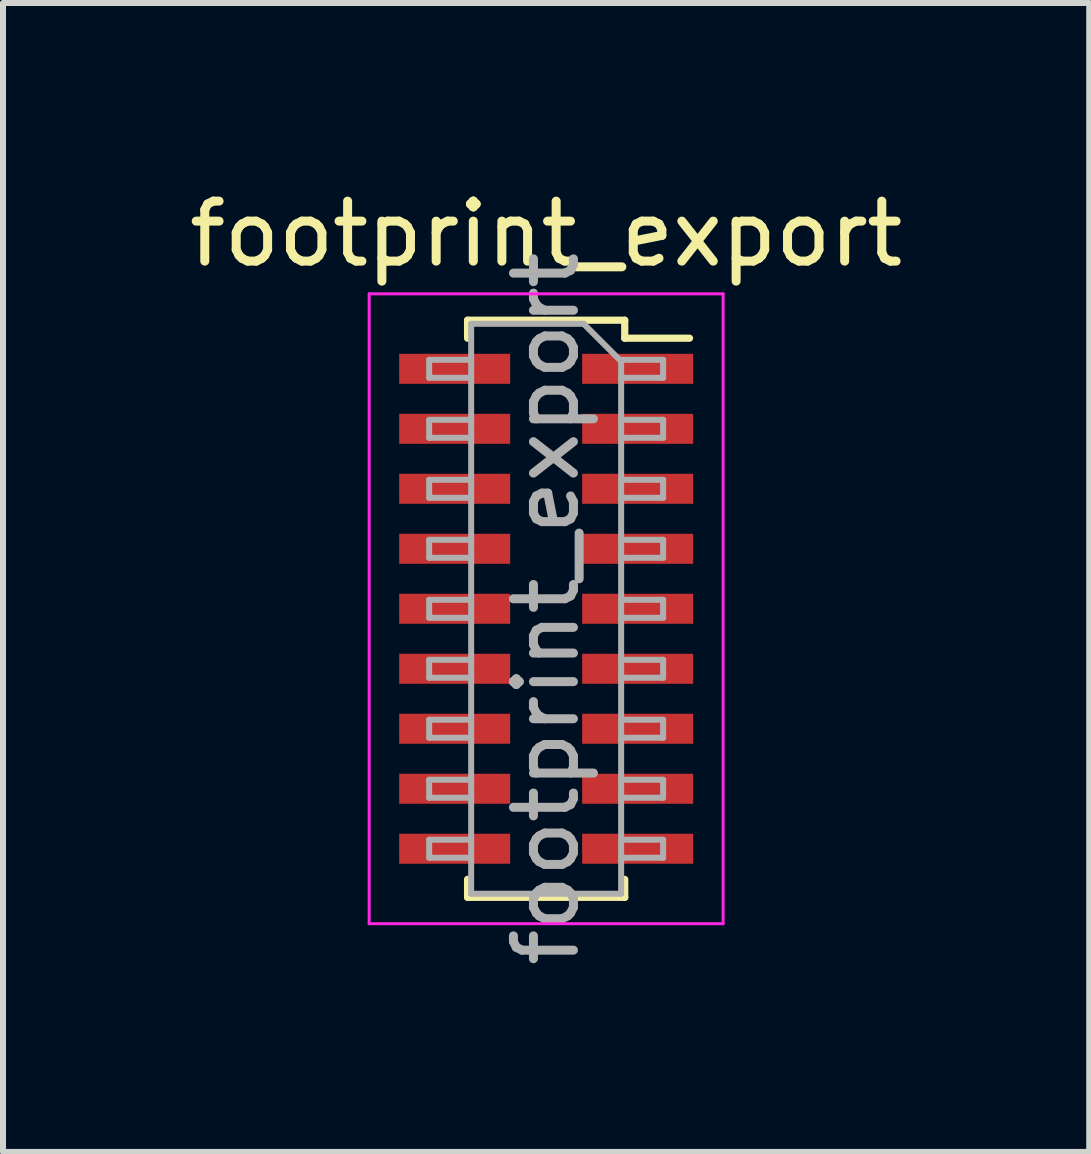
<source format=kicad_pcb>
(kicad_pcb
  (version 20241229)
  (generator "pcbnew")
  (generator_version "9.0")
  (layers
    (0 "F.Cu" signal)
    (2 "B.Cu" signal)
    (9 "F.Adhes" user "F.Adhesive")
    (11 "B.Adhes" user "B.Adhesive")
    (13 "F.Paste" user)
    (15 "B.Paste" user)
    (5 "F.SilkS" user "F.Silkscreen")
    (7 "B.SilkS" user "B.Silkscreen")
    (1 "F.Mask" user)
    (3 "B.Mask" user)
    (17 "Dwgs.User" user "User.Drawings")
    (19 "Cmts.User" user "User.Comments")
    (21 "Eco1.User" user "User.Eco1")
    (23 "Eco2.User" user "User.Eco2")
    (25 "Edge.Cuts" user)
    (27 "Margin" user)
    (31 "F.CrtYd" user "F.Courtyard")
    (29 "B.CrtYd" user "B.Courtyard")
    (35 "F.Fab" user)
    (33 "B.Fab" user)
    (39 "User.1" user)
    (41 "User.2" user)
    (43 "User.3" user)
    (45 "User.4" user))
  (footprint "footprint_export"
    (layer "F.Cu")
    (at 6.054 7.098)
    (property "Reference" "footprint_export" (at 0 -6.25 0) (layer "F.SilkS") (effects (font (size 1 1) (thickness 0.15))))
    (attr smd)
    (fp_line (start -1.31 -4.81) (end -1.31 -4.51) (stroke (width 0.12) (type solid)) (layer "F.SilkS"))
    (fp_line (start -1.31 -4.81) (end 1.31 -4.81) (stroke (width 0.12) (type solid)) (layer "F.SilkS"))
    (fp_line (start -1.31 4.51) (end -1.31 4.81) (stroke (width 0.12) (type solid)) (layer "F.SilkS"))
    (fp_line (start -1.31 4.81) (end 1.31 4.81) (stroke (width 0.12) (type solid)) (layer "F.SilkS"))
    (fp_line (start 1.31 -4.81) (end 1.31 -4.51) (stroke (width 0.12) (type solid)) (layer "F.SilkS"))
    (fp_line (start 1.31 -4.51) (end 2.39 -4.51) (stroke (width 0.12) (type solid)) (layer "F.SilkS"))
    (fp_line (start 1.31 4.51) (end 1.31 4.81) (stroke (width 0.12) (type solid)) (layer "F.SilkS"))
    (fp_line (start -2.95 -5.25) (end 2.95 -5.25) (stroke (width 0.05) (type solid)) (layer "F.CrtYd"))
    (fp_line (start -2.95 5.25) (end -2.95 -5.25) (stroke (width 0.05) (type solid)) (layer "F.CrtYd"))
    (fp_line (start 2.95 -5.25) (end 2.95 5.25) (stroke (width 0.05) (type solid)) (layer "F.CrtYd"))
    (fp_line (start 2.95 5.25) (end -2.95 5.25) (stroke (width 0.05) (type solid)) (layer "F.CrtYd"))
    (fp_line (start -1.95 -4.15) (end -1.25 -4.15) (stroke (width 0.1) (type solid)) (layer "F.Fab"))
    (fp_line (start -1.95 -3.85) (end -1.95 -4.15) (stroke (width 0.1) (type solid)) (layer "F.Fab"))
    (fp_line (start -1.95 -3.15) (end -1.25 -3.15) (stroke (width 0.1) (type solid)) (layer "F.Fab"))
    (fp_line (start -1.95 -2.85) (end -1.95 -3.15) (stroke (width 0.1) (type solid)) (layer "F.Fab"))
    (fp_line (start -1.95 -2.15) (end -1.25 -2.15) (stroke (width 0.1) (type solid)) (layer "F.Fab"))
    (fp_line (start -1.95 -1.85) (end -1.95 -2.15) (stroke (width 0.1) (type solid)) (layer "F.Fab"))
    (fp_line (start -1.95 -1.15) (end -1.25 -1.15) (stroke (width 0.1) (type solid)) (layer "F.Fab"))
    (fp_line (start -1.95 -0.85) (end -1.95 -1.15) (stroke (width 0.1) (type solid)) (layer "F.Fab"))
    (fp_line (start -1.95 -0.15) (end -1.25 -0.15) (stroke (width 0.1) (type solid)) (layer "F.Fab"))
    (fp_line (start -1.95 0.15) (end -1.95 -0.15) (stroke (width 0.1) (type solid)) (layer "F.Fab"))
    (fp_line (start -1.95 0.85) (end -1.25 0.85) (stroke (width 0.1) (type solid)) (layer "F.Fab"))
    (fp_line (start -1.95 1.15) (end -1.95 0.85) (stroke (width 0.1) (type solid)) (layer "F.Fab"))
    (fp_line (start -1.95 1.85) (end -1.25 1.85) (stroke (width 0.1) (type solid)) (layer "F.Fab"))
    (fp_line (start -1.95 2.15) (end -1.95 1.85) (stroke (width 0.1) (type solid)) (layer "F.Fab"))
    (fp_line (start -1.95 2.85) (end -1.25 2.85) (stroke (width 0.1) (type solid)) (layer "F.Fab"))
    (fp_line (start -1.95 3.15) (end -1.95 2.85) (stroke (width 0.1) (type solid)) (layer "F.Fab"))
    (fp_line (start -1.95 3.85) (end -1.25 3.85) (stroke (width 0.1) (type solid)) (layer "F.Fab"))
    (fp_line (start -1.95 4.15) (end -1.95 3.85) (stroke (width 0.1) (type solid)) (layer "F.Fab"))
    (fp_line (start -1.25 -4.75) (end 0.625 -4.75) (stroke (width 0.1) (type solid)) (layer "F.Fab"))
    (fp_line (start -1.25 -3.85) (end -1.95 -3.85) (stroke (width 0.1) (type solid)) (layer "F.Fab"))
    (fp_line (start -1.25 -2.85) (end -1.95 -2.85) (stroke (width 0.1) (type solid)) (layer "F.Fab"))
    (fp_line (start -1.25 -1.85) (end -1.95 -1.85) (stroke (width 0.1) (type solid)) (layer "F.Fab"))
    (fp_line (start -1.25 -0.85) (end -1.95 -0.85) (stroke (width 0.1) (type solid)) (layer "F.Fab"))
    (fp_line (start -1.25 0.15) (end -1.95 0.15) (stroke (width 0.1) (type solid)) (layer "F.Fab"))
    (fp_line (start -1.25 1.15) (end -1.95 1.15) (stroke (width 0.1) (type solid)) (layer "F.Fab"))
    (fp_line (start -1.25 2.15) (end -1.95 2.15) (stroke (width 0.1) (type solid)) (layer "F.Fab"))
    (fp_line (start -1.25 3.15) (end -1.95 3.15) (stroke (width 0.1) (type solid)) (layer "F.Fab"))
    (fp_line (start -1.25 4.15) (end -1.95 4.15) (stroke (width 0.1) (type solid)) (layer "F.Fab"))
    (fp_line (start -1.25 4.75) (end -1.25 -4.75) (stroke (width 0.1) (type solid)) (layer "F.Fab"))
    (fp_line (start 0.625 -4.75) (end 1.25 -4.125) (stroke (width 0.1) (type solid)) (layer "F.Fab"))
    (fp_line (start 1.25 -4.15) (end 1.95 -4.15) (stroke (width 0.1) (type solid)) (layer "F.Fab"))
    (fp_line (start 1.25 -4.125) (end 1.25 4.75) (stroke (width 0.1) (type solid)) (layer "F.Fab"))
    (fp_line (start 1.25 -3.15) (end 1.95 -3.15) (stroke (width 0.1) (type solid)) (layer "F.Fab"))
    (fp_line (start 1.25 -2.15) (end 1.95 -2.15) (stroke (width 0.1) (type solid)) (layer "F.Fab"))
    (fp_line (start 1.25 -1.15) (end 1.95 -1.15) (stroke (width 0.1) (type solid)) (layer "F.Fab"))
    (fp_line (start 1.25 -0.15) (end 1.95 -0.15) (stroke (width 0.1) (type solid)) (layer "F.Fab"))
    (fp_line (start 1.25 0.85) (end 1.95 0.85) (stroke (width 0.1) (type solid)) (layer "F.Fab"))
    (fp_line (start 1.25 1.85) (end 1.95 1.85) (stroke (width 0.1) (type solid)) (layer "F.Fab"))
    (fp_line (start 1.25 2.85) (end 1.95 2.85) (stroke (width 0.1) (type solid)) (layer "F.Fab"))
    (fp_line (start 1.25 3.85) (end 1.95 3.85) (stroke (width 0.1) (type solid)) (layer "F.Fab"))
    (fp_line (start 1.25 4.75) (end -1.25 4.75) (stroke (width 0.1) (type solid)) (layer "F.Fab"))
    (fp_line (start 1.95 -4.15) (end 1.95 -3.85) (stroke (width 0.1) (type solid)) (layer "F.Fab"))
    (fp_line (start 1.95 -3.85) (end 1.25 -3.85) (stroke (width 0.1) (type solid)) (layer "F.Fab"))
    (fp_line (start 1.95 -3.15) (end 1.95 -2.85) (stroke (width 0.1) (type solid)) (layer "F.Fab"))
    (fp_line (start 1.95 -2.85) (end 1.25 -2.85) (stroke (width 0.1) (type solid)) (layer "F.Fab"))
    (fp_line (start 1.95 -2.15) (end 1.95 -1.85) (stroke (width 0.1) (type solid)) (layer "F.Fab"))
    (fp_line (start 1.95 -1.85) (end 1.25 -1.85) (stroke (width 0.1) (type solid)) (layer "F.Fab"))
    (fp_line (start 1.95 -1.15) (end 1.95 -0.85) (stroke (width 0.1) (type solid)) (layer "F.Fab"))
    (fp_line (start 1.95 -0.85) (end 1.25 -0.85) (stroke (width 0.1) (type solid)) (layer "F.Fab"))
    (fp_line (start 1.95 -0.15) (end 1.95 0.15) (stroke (width 0.1) (type solid)) (layer "F.Fab"))
    (fp_line (start 1.95 0.15) (end 1.25 0.15) (stroke (width 0.1) (type solid)) (layer "F.Fab"))
    (fp_line (start 1.95 0.85) (end 1.95 1.15) (stroke (width 0.1) (type solid)) (layer "F.Fab"))
    (fp_line (start 1.95 1.15) (end 1.25 1.15) (stroke (width 0.1) (type solid)) (layer "F.Fab"))
    (fp_line (start 1.95 1.85) (end 1.95 2.15) (stroke (width 0.1) (type solid)) (layer "F.Fab"))
    (fp_line (start 1.95 2.15) (end 1.25 2.15) (stroke (width 0.1) (type solid)) (layer "F.Fab"))
    (fp_line (start 1.95 2.85) (end 1.95 3.15) (stroke (width 0.1) (type solid)) (layer "F.Fab"))
    (fp_line (start 1.95 3.15) (end 1.25 3.15) (stroke (width 0.1) (type solid)) (layer "F.Fab"))
    (fp_line (start 1.95 3.85) (end 1.95 4.15) (stroke (width 0.1) (type solid)) (layer "F.Fab"))
    (fp_line (start 1.95 4.15) (end 1.25 4.15) (stroke (width 0.1) (type solid)) (layer "F.Fab"))
    (fp_text user "${REFERENCE}" (at 0 0 90) (layer "F.Fab") (effects (font (size 1 1) (thickness 0.15))))
    (pad "1" smd rect (at 1.525 -4) (size 1.85 0.5) (layers "F.Cu" "F.Mask" "F.Paste"))
    (pad "2" smd rect (at -1.525 -4) (size 1.85 0.5) (layers "F.Cu" "F.Mask" "F.Paste"))
    (pad "3" smd rect (at 1.525 -3) (size 1.85 0.5) (layers "F.Cu" "F.Mask" "F.Paste"))
    (pad "4" smd rect (at -1.525 -3) (size 1.85 0.5) (layers "F.Cu" "F.Mask" "F.Paste"))
    (pad "5" smd rect (at 1.525 -2) (size 1.85 0.5) (layers "F.Cu" "F.Mask" "F.Paste"))
    (pad "6" smd rect (at -1.525 -2) (size 1.85 0.5) (layers "F.Cu" "F.Mask" "F.Paste"))
    (pad "7" smd rect (at 1.525 -1) (size 1.85 0.5) (layers "F.Cu" "F.Mask" "F.Paste"))
    (pad "8" smd rect (at -1.525 -1) (size 1.85 0.5) (layers "F.Cu" "F.Mask" "F.Paste"))
    (pad "9" smd rect (at 1.525 0) (size 1.85 0.5) (layers "F.Cu" "F.Mask" "F.Paste"))
    (pad "10" smd rect (at -1.525 0) (size 1.85 0.5) (layers "F.Cu" "F.Mask" "F.Paste"))
    (pad "11" smd rect (at 1.525 1) (size 1.85 0.5) (layers "F.Cu" "F.Mask" "F.Paste"))
    (pad "12" smd rect (at -1.525 1) (size 1.85 0.5) (layers "F.Cu" "F.Mask" "F.Paste"))
    (pad "13" smd rect (at 1.525 2) (size 1.85 0.5) (layers "F.Cu" "F.Mask" "F.Paste"))
    (pad "14" smd rect (at -1.525 2) (size 1.85 0.5) (layers "F.Cu" "F.Mask" "F.Paste"))
    (pad "15" smd rect (at 1.525 3) (size 1.85 0.5) (layers "F.Cu" "F.Mask" "F.Paste"))
    (pad "16" smd rect (at -1.525 3) (size 1.85 0.5) (layers "F.Cu" "F.Mask" "F.Paste"))
    (pad "17" smd rect (at 1.525 4) (size 1.85 0.5) (layers "F.Cu" "F.Mask" "F.Paste"))
    (pad "18" smd rect (at -1.525 4) (size 1.85 0.5) (layers "F.Cu" "F.Mask" "F.Paste")))
  (gr_rect
    (start -3 -3)
    (end 15.107 16.152)
    (stroke (width 0.1) (type default))
    (fill no)
    (layer "Edge.Cuts")))
</source>
